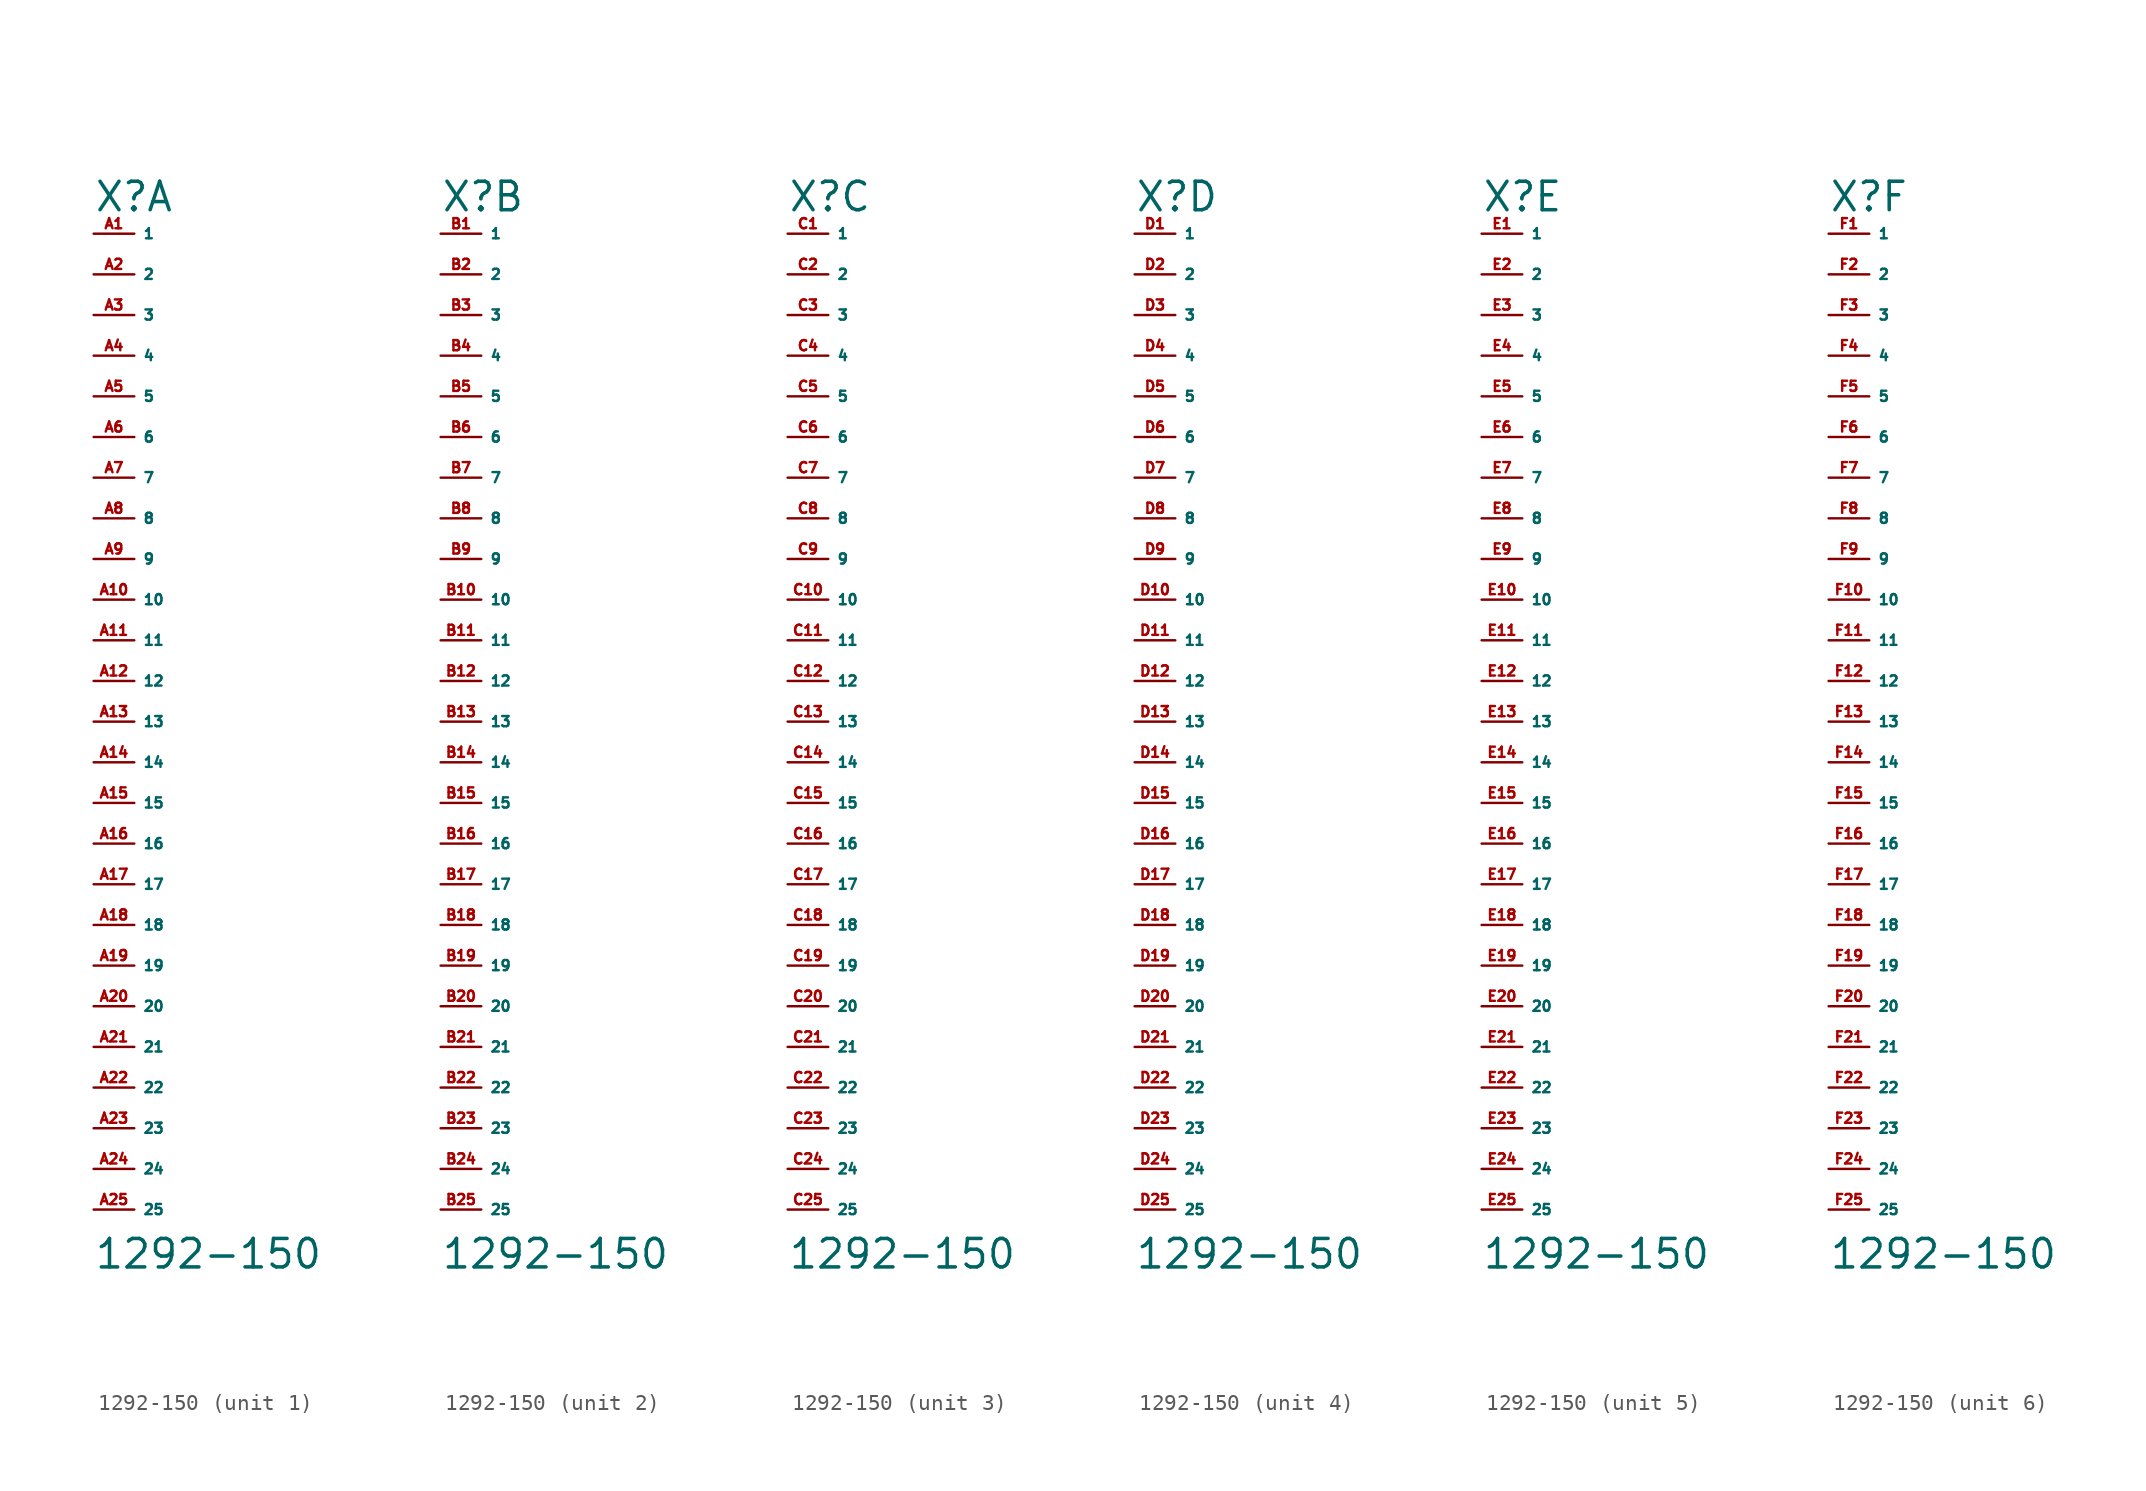
<source format=kicad_sym>
(kicad_symbol_lib
  (version 20220914)
  (generator Eagle2Kicad)
  (symbol "1292-150"
    (property "Reference" "X"
      (at -2.54 29.21 0)
      (effects (font (size 1.778 1.778) (thickness 0.22)) (justify left bottom)))
    (property "Value" "1292-150"
      (at -2.54 -36.83 0)
      (effects (font (size 1.778 1.778) (thickness 0.22)) (justify left bottom)))
    (symbol "1292-150_1_0"
      (pin passive line (at -2.54 27.94 0) (length 2.54) (name "1" (effects (font (size 0.635 0.635) (thickness 0.08)) (justify left bottom))) (number "A1" (effects (font (size 0.635 0.635) (thickness 0.08)) (justify left bottom))))
      (pin passive line (at -2.54 25.4 0) (length 2.54) (name "2" (effects (font (size 0.635 0.635) (thickness 0.08)) (justify left bottom))) (number "A2" (effects (font (size 0.635 0.635) (thickness 0.08)) (justify left bottom))))
      (pin passive line (at -2.54 22.86 0) (length 2.54) (name "3" (effects (font (size 0.635 0.635) (thickness 0.08)) (justify left bottom))) (number "A3" (effects (font (size 0.635 0.635) (thickness 0.08)) (justify left bottom))))
      (pin passive line (at -2.54 20.32 0) (length 2.54) (name "4" (effects (font (size 0.635 0.635) (thickness 0.08)) (justify left bottom))) (number "A4" (effects (font (size 0.635 0.635) (thickness 0.08)) (justify left bottom))))
      (pin passive line (at -2.54 17.78 0) (length 2.54) (name "5" (effects (font (size 0.635 0.635) (thickness 0.08)) (justify left bottom))) (number "A5" (effects (font (size 0.635 0.635) (thickness 0.08)) (justify left bottom))))
      (pin passive line (at -2.54 15.24 0) (length 2.54) (name "6" (effects (font (size 0.635 0.635) (thickness 0.08)) (justify left bottom))) (number "A6" (effects (font (size 0.635 0.635) (thickness 0.08)) (justify left bottom))))
      (pin passive line (at -2.54 12.7 0) (length 2.54) (name "7" (effects (font (size 0.635 0.635) (thickness 0.08)) (justify left bottom))) (number "A7" (effects (font (size 0.635 0.635) (thickness 0.08)) (justify left bottom))))
      (pin passive line (at -2.54 10.16 0) (length 2.54) (name "8" (effects (font (size 0.635 0.635) (thickness 0.08)) (justify left bottom))) (number "A8" (effects (font (size 0.635 0.635) (thickness 0.08)) (justify left bottom))))
      (pin passive line (at -2.54 7.62 0) (length 2.54) (name "9" (effects (font (size 0.635 0.635) (thickness 0.08)) (justify left bottom))) (number "A9" (effects (font (size 0.635 0.635) (thickness 0.08)) (justify left bottom))))
      (pin passive line (at -2.54 5.08 0) (length 2.54) (name "10" (effects (font (size 0.635 0.635) (thickness 0.08)) (justify left bottom))) (number "A10" (effects (font (size 0.635 0.635) (thickness 0.08)) (justify left bottom))))
      (pin passive line (at -2.54 2.54 0) (length 2.54) (name "11" (effects (font (size 0.635 0.635) (thickness 0.08)) (justify left bottom))) (number "A11" (effects (font (size 0.635 0.635) (thickness 0.08)) (justify left bottom))))
      (pin passive line (at -2.54 0 0) (length 2.54) (name "12" (effects (font (size 0.635 0.635) (thickness 0.08)) (justify left bottom))) (number "A12" (effects (font (size 0.635 0.635) (thickness 0.08)) (justify left bottom))))
      (pin passive line (at -2.54 -2.54 0) (length 2.54) (name "13" (effects (font (size 0.635 0.635) (thickness 0.08)) (justify left bottom))) (number "A13" (effects (font (size 0.635 0.635) (thickness 0.08)) (justify left bottom))))
      (pin passive line (at -2.54 -5.08 0) (length 2.54) (name "14" (effects (font (size 0.635 0.635) (thickness 0.08)) (justify left bottom))) (number "A14" (effects (font (size 0.635 0.635) (thickness 0.08)) (justify left bottom))))
      (pin passive line (at -2.54 -7.62 0) (length 2.54) (name "15" (effects (font (size 0.635 0.635) (thickness 0.08)) (justify left bottom))) (number "A15" (effects (font (size 0.635 0.635) (thickness 0.08)) (justify left bottom))))
      (pin passive line (at -2.54 -10.16 0) (length 2.54) (name "16" (effects (font (size 0.635 0.635) (thickness 0.08)) (justify left bottom))) (number "A16" (effects (font (size 0.635 0.635) (thickness 0.08)) (justify left bottom))))
      (pin passive line (at -2.54 -12.7 0) (length 2.54) (name "17" (effects (font (size 0.635 0.635) (thickness 0.08)) (justify left bottom))) (number "A17" (effects (font (size 0.635 0.635) (thickness 0.08)) (justify left bottom))))
      (pin passive line (at -2.54 -15.24 0) (length 2.54) (name "18" (effects (font (size 0.635 0.635) (thickness 0.08)) (justify left bottom))) (number "A18" (effects (font (size 0.635 0.635) (thickness 0.08)) (justify left bottom))))
      (pin passive line (at -2.54 -17.78 0) (length 2.54) (name "19" (effects (font (size 0.635 0.635) (thickness 0.08)) (justify left bottom))) (number "A19" (effects (font (size 0.635 0.635) (thickness 0.08)) (justify left bottom))))
      (pin passive line (at -2.54 -20.32 0) (length 2.54) (name "20" (effects (font (size 0.635 0.635) (thickness 0.08)) (justify left bottom))) (number "A20" (effects (font (size 0.635 0.635) (thickness 0.08)) (justify left bottom))))
      (pin passive line (at -2.54 -22.86 0) (length 2.54) (name "21" (effects (font (size 0.635 0.635) (thickness 0.08)) (justify left bottom))) (number "A21" (effects (font (size 0.635 0.635) (thickness 0.08)) (justify left bottom))))
      (pin passive line (at -2.54 -25.4 0) (length 2.54) (name "22" (effects (font (size 0.635 0.635) (thickness 0.08)) (justify left bottom))) (number "A22" (effects (font (size 0.635 0.635) (thickness 0.08)) (justify left bottom))))
      (pin passive line (at -2.54 -27.94 0) (length 2.54) (name "23" (effects (font (size 0.635 0.635) (thickness 0.08)) (justify left bottom))) (number "A23" (effects (font (size 0.635 0.635) (thickness 0.08)) (justify left bottom))))
      (pin passive line (at -2.54 -30.48 0) (length 2.54) (name "24" (effects (font (size 0.635 0.635) (thickness 0.08)) (justify left bottom))) (number "A24" (effects (font (size 0.635 0.635) (thickness 0.08)) (justify left bottom))))
      (pin passive line (at -2.54 -33.02 0) (length 2.54) (name "25" (effects (font (size 0.635 0.635) (thickness 0.08)) (justify left bottom))) (number "A25" (effects (font (size 0.635 0.635) (thickness 0.08)) (justify left bottom)))))
    (symbol "1292-150_2_0"
      (pin passive line (at -2.54 27.94 0) (length 2.54) (name "1" (effects (font (size 0.635 0.635) (thickness 0.08)) (justify left bottom))) (number "B1" (effects (font (size 0.635 0.635) (thickness 0.08)) (justify left bottom))))
      (pin passive line (at -2.54 25.4 0) (length 2.54) (name "2" (effects (font (size 0.635 0.635) (thickness 0.08)) (justify left bottom))) (number "B2" (effects (font (size 0.635 0.635) (thickness 0.08)) (justify left bottom))))
      (pin passive line (at -2.54 22.86 0) (length 2.54) (name "3" (effects (font (size 0.635 0.635) (thickness 0.08)) (justify left bottom))) (number "B3" (effects (font (size 0.635 0.635) (thickness 0.08)) (justify left bottom))))
      (pin passive line (at -2.54 20.32 0) (length 2.54) (name "4" (effects (font (size 0.635 0.635) (thickness 0.08)) (justify left bottom))) (number "B4" (effects (font (size 0.635 0.635) (thickness 0.08)) (justify left bottom))))
      (pin passive line (at -2.54 17.78 0) (length 2.54) (name "5" (effects (font (size 0.635 0.635) (thickness 0.08)) (justify left bottom))) (number "B5" (effects (font (size 0.635 0.635) (thickness 0.08)) (justify left bottom))))
      (pin passive line (at -2.54 15.24 0) (length 2.54) (name "6" (effects (font (size 0.635 0.635) (thickness 0.08)) (justify left bottom))) (number "B6" (effects (font (size 0.635 0.635) (thickness 0.08)) (justify left bottom))))
      (pin passive line (at -2.54 12.7 0) (length 2.54) (name "7" (effects (font (size 0.635 0.635) (thickness 0.08)) (justify left bottom))) (number "B7" (effects (font (size 0.635 0.635) (thickness 0.08)) (justify left bottom))))
      (pin passive line (at -2.54 10.16 0) (length 2.54) (name "8" (effects (font (size 0.635 0.635) (thickness 0.08)) (justify left bottom))) (number "B8" (effects (font (size 0.635 0.635) (thickness 0.08)) (justify left bottom))))
      (pin passive line (at -2.54 7.62 0) (length 2.54) (name "9" (effects (font (size 0.635 0.635) (thickness 0.08)) (justify left bottom))) (number "B9" (effects (font (size 0.635 0.635) (thickness 0.08)) (justify left bottom))))
      (pin passive line (at -2.54 5.08 0) (length 2.54) (name "10" (effects (font (size 0.635 0.635) (thickness 0.08)) (justify left bottom))) (number "B10" (effects (font (size 0.635 0.635) (thickness 0.08)) (justify left bottom))))
      (pin passive line (at -2.54 2.54 0) (length 2.54) (name "11" (effects (font (size 0.635 0.635) (thickness 0.08)) (justify left bottom))) (number "B11" (effects (font (size 0.635 0.635) (thickness 0.08)) (justify left bottom))))
      (pin passive line (at -2.54 0 0) (length 2.54) (name "12" (effects (font (size 0.635 0.635) (thickness 0.08)) (justify left bottom))) (number "B12" (effects (font (size 0.635 0.635) (thickness 0.08)) (justify left bottom))))
      (pin passive line (at -2.54 -2.54 0) (length 2.54) (name "13" (effects (font (size 0.635 0.635) (thickness 0.08)) (justify left bottom))) (number "B13" (effects (font (size 0.635 0.635) (thickness 0.08)) (justify left bottom))))
      (pin passive line (at -2.54 -5.08 0) (length 2.54) (name "14" (effects (font (size 0.635 0.635) (thickness 0.08)) (justify left bottom))) (number "B14" (effects (font (size 0.635 0.635) (thickness 0.08)) (justify left bottom))))
      (pin passive line (at -2.54 -7.62 0) (length 2.54) (name "15" (effects (font (size 0.635 0.635) (thickness 0.08)) (justify left bottom))) (number "B15" (effects (font (size 0.635 0.635) (thickness 0.08)) (justify left bottom))))
      (pin passive line (at -2.54 -10.16 0) (length 2.54) (name "16" (effects (font (size 0.635 0.635) (thickness 0.08)) (justify left bottom))) (number "B16" (effects (font (size 0.635 0.635) (thickness 0.08)) (justify left bottom))))
      (pin passive line (at -2.54 -12.7 0) (length 2.54) (name "17" (effects (font (size 0.635 0.635) (thickness 0.08)) (justify left bottom))) (number "B17" (effects (font (size 0.635 0.635) (thickness 0.08)) (justify left bottom))))
      (pin passive line (at -2.54 -15.24 0) (length 2.54) (name "18" (effects (font (size 0.635 0.635) (thickness 0.08)) (justify left bottom))) (number "B18" (effects (font (size 0.635 0.635) (thickness 0.08)) (justify left bottom))))
      (pin passive line (at -2.54 -17.78 0) (length 2.54) (name "19" (effects (font (size 0.635 0.635) (thickness 0.08)) (justify left bottom))) (number "B19" (effects (font (size 0.635 0.635) (thickness 0.08)) (justify left bottom))))
      (pin passive line (at -2.54 -20.32 0) (length 2.54) (name "20" (effects (font (size 0.635 0.635) (thickness 0.08)) (justify left bottom))) (number "B20" (effects (font (size 0.635 0.635) (thickness 0.08)) (justify left bottom))))
      (pin passive line (at -2.54 -22.86 0) (length 2.54) (name "21" (effects (font (size 0.635 0.635) (thickness 0.08)) (justify left bottom))) (number "B21" (effects (font (size 0.635 0.635) (thickness 0.08)) (justify left bottom))))
      (pin passive line (at -2.54 -25.4 0) (length 2.54) (name "22" (effects (font (size 0.635 0.635) (thickness 0.08)) (justify left bottom))) (number "B22" (effects (font (size 0.635 0.635) (thickness 0.08)) (justify left bottom))))
      (pin passive line (at -2.54 -27.94 0) (length 2.54) (name "23" (effects (font (size 0.635 0.635) (thickness 0.08)) (justify left bottom))) (number "B23" (effects (font (size 0.635 0.635) (thickness 0.08)) (justify left bottom))))
      (pin passive line (at -2.54 -30.48 0) (length 2.54) (name "24" (effects (font (size 0.635 0.635) (thickness 0.08)) (justify left bottom))) (number "B24" (effects (font (size 0.635 0.635) (thickness 0.08)) (justify left bottom))))
      (pin passive line (at -2.54 -33.02 0) (length 2.54) (name "25" (effects (font (size 0.635 0.635) (thickness 0.08)) (justify left bottom))) (number "B25" (effects (font (size 0.635 0.635) (thickness 0.08)) (justify left bottom)))))
    (symbol "1292-150_3_0"
      (pin passive line (at -2.54 27.94 0) (length 2.54) (name "1" (effects (font (size 0.635 0.635) (thickness 0.08)) (justify left bottom))) (number "C1" (effects (font (size 0.635 0.635) (thickness 0.08)) (justify left bottom))))
      (pin passive line (at -2.54 25.4 0) (length 2.54) (name "2" (effects (font (size 0.635 0.635) (thickness 0.08)) (justify left bottom))) (number "C2" (effects (font (size 0.635 0.635) (thickness 0.08)) (justify left bottom))))
      (pin passive line (at -2.54 22.86 0) (length 2.54) (name "3" (effects (font (size 0.635 0.635) (thickness 0.08)) (justify left bottom))) (number "C3" (effects (font (size 0.635 0.635) (thickness 0.08)) (justify left bottom))))
      (pin passive line (at -2.54 20.32 0) (length 2.54) (name "4" (effects (font (size 0.635 0.635) (thickness 0.08)) (justify left bottom))) (number "C4" (effects (font (size 0.635 0.635) (thickness 0.08)) (justify left bottom))))
      (pin passive line (at -2.54 17.78 0) (length 2.54) (name "5" (effects (font (size 0.635 0.635) (thickness 0.08)) (justify left bottom))) (number "C5" (effects (font (size 0.635 0.635) (thickness 0.08)) (justify left bottom))))
      (pin passive line (at -2.54 15.24 0) (length 2.54) (name "6" (effects (font (size 0.635 0.635) (thickness 0.08)) (justify left bottom))) (number "C6" (effects (font (size 0.635 0.635) (thickness 0.08)) (justify left bottom))))
      (pin passive line (at -2.54 12.7 0) (length 2.54) (name "7" (effects (font (size 0.635 0.635) (thickness 0.08)) (justify left bottom))) (number "C7" (effects (font (size 0.635 0.635) (thickness 0.08)) (justify left bottom))))
      (pin passive line (at -2.54 10.16 0) (length 2.54) (name "8" (effects (font (size 0.635 0.635) (thickness 0.08)) (justify left bottom))) (number "C8" (effects (font (size 0.635 0.635) (thickness 0.08)) (justify left bottom))))
      (pin passive line (at -2.54 7.62 0) (length 2.54) (name "9" (effects (font (size 0.635 0.635) (thickness 0.08)) (justify left bottom))) (number "C9" (effects (font (size 0.635 0.635) (thickness 0.08)) (justify left bottom))))
      (pin passive line (at -2.54 5.08 0) (length 2.54) (name "10" (effects (font (size 0.635 0.635) (thickness 0.08)) (justify left bottom))) (number "C10" (effects (font (size 0.635 0.635) (thickness 0.08)) (justify left bottom))))
      (pin passive line (at -2.54 2.54 0) (length 2.54) (name "11" (effects (font (size 0.635 0.635) (thickness 0.08)) (justify left bottom))) (number "C11" (effects (font (size 0.635 0.635) (thickness 0.08)) (justify left bottom))))
      (pin passive line (at -2.54 0 0) (length 2.54) (name "12" (effects (font (size 0.635 0.635) (thickness 0.08)) (justify left bottom))) (number "C12" (effects (font (size 0.635 0.635) (thickness 0.08)) (justify left bottom))))
      (pin passive line (at -2.54 -2.54 0) (length 2.54) (name "13" (effects (font (size 0.635 0.635) (thickness 0.08)) (justify left bottom))) (number "C13" (effects (font (size 0.635 0.635) (thickness 0.08)) (justify left bottom))))
      (pin passive line (at -2.54 -5.08 0) (length 2.54) (name "14" (effects (font (size 0.635 0.635) (thickness 0.08)) (justify left bottom))) (number "C14" (effects (font (size 0.635 0.635) (thickness 0.08)) (justify left bottom))))
      (pin passive line (at -2.54 -7.62 0) (length 2.54) (name "15" (effects (font (size 0.635 0.635) (thickness 0.08)) (justify left bottom))) (number "C15" (effects (font (size 0.635 0.635) (thickness 0.08)) (justify left bottom))))
      (pin passive line (at -2.54 -10.16 0) (length 2.54) (name "16" (effects (font (size 0.635 0.635) (thickness 0.08)) (justify left bottom))) (number "C16" (effects (font (size 0.635 0.635) (thickness 0.08)) (justify left bottom))))
      (pin passive line (at -2.54 -12.7 0) (length 2.54) (name "17" (effects (font (size 0.635 0.635) (thickness 0.08)) (justify left bottom))) (number "C17" (effects (font (size 0.635 0.635) (thickness 0.08)) (justify left bottom))))
      (pin passive line (at -2.54 -15.24 0) (length 2.54) (name "18" (effects (font (size 0.635 0.635) (thickness 0.08)) (justify left bottom))) (number "C18" (effects (font (size 0.635 0.635) (thickness 0.08)) (justify left bottom))))
      (pin passive line (at -2.54 -17.78 0) (length 2.54) (name "19" (effects (font (size 0.635 0.635) (thickness 0.08)) (justify left bottom))) (number "C19" (effects (font (size 0.635 0.635) (thickness 0.08)) (justify left bottom))))
      (pin passive line (at -2.54 -20.32 0) (length 2.54) (name "20" (effects (font (size 0.635 0.635) (thickness 0.08)) (justify left bottom))) (number "C20" (effects (font (size 0.635 0.635) (thickness 0.08)) (justify left bottom))))
      (pin passive line (at -2.54 -22.86 0) (length 2.54) (name "21" (effects (font (size 0.635 0.635) (thickness 0.08)) (justify left bottom))) (number "C21" (effects (font (size 0.635 0.635) (thickness 0.08)) (justify left bottom))))
      (pin passive line (at -2.54 -25.4 0) (length 2.54) (name "22" (effects (font (size 0.635 0.635) (thickness 0.08)) (justify left bottom))) (number "C22" (effects (font (size 0.635 0.635) (thickness 0.08)) (justify left bottom))))
      (pin passive line (at -2.54 -27.94 0) (length 2.54) (name "23" (effects (font (size 0.635 0.635) (thickness 0.08)) (justify left bottom))) (number "C23" (effects (font (size 0.635 0.635) (thickness 0.08)) (justify left bottom))))
      (pin passive line (at -2.54 -30.48 0) (length 2.54) (name "24" (effects (font (size 0.635 0.635) (thickness 0.08)) (justify left bottom))) (number "C24" (effects (font (size 0.635 0.635) (thickness 0.08)) (justify left bottom))))
      (pin passive line (at -2.54 -33.02 0) (length 2.54) (name "25" (effects (font (size 0.635 0.635) (thickness 0.08)) (justify left bottom))) (number "C25" (effects (font (size 0.635 0.635) (thickness 0.08)) (justify left bottom)))))
    (symbol "1292-150_4_0"
      (pin passive line (at -2.54 27.94 0) (length 2.54) (name "1" (effects (font (size 0.635 0.635) (thickness 0.08)) (justify left bottom))) (number "D1" (effects (font (size 0.635 0.635) (thickness 0.08)) (justify left bottom))))
      (pin passive line (at -2.54 25.4 0) (length 2.54) (name "2" (effects (font (size 0.635 0.635) (thickness 0.08)) (justify left bottom))) (number "D2" (effects (font (size 0.635 0.635) (thickness 0.08)) (justify left bottom))))
      (pin passive line (at -2.54 22.86 0) (length 2.54) (name "3" (effects (font (size 0.635 0.635) (thickness 0.08)) (justify left bottom))) (number "D3" (effects (font (size 0.635 0.635) (thickness 0.08)) (justify left bottom))))
      (pin passive line (at -2.54 20.32 0) (length 2.54) (name "4" (effects (font (size 0.635 0.635) (thickness 0.08)) (justify left bottom))) (number "D4" (effects (font (size 0.635 0.635) (thickness 0.08)) (justify left bottom))))
      (pin passive line (at -2.54 17.78 0) (length 2.54) (name "5" (effects (font (size 0.635 0.635) (thickness 0.08)) (justify left bottom))) (number "D5" (effects (font (size 0.635 0.635) (thickness 0.08)) (justify left bottom))))
      (pin passive line (at -2.54 15.24 0) (length 2.54) (name "6" (effects (font (size 0.635 0.635) (thickness 0.08)) (justify left bottom))) (number "D6" (effects (font (size 0.635 0.635) (thickness 0.08)) (justify left bottom))))
      (pin passive line (at -2.54 12.7 0) (length 2.54) (name "7" (effects (font (size 0.635 0.635) (thickness 0.08)) (justify left bottom))) (number "D7" (effects (font (size 0.635 0.635) (thickness 0.08)) (justify left bottom))))
      (pin passive line (at -2.54 10.16 0) (length 2.54) (name "8" (effects (font (size 0.635 0.635) (thickness 0.08)) (justify left bottom))) (number "D8" (effects (font (size 0.635 0.635) (thickness 0.08)) (justify left bottom))))
      (pin passive line (at -2.54 7.62 0) (length 2.54) (name "9" (effects (font (size 0.635 0.635) (thickness 0.08)) (justify left bottom))) (number "D9" (effects (font (size 0.635 0.635) (thickness 0.08)) (justify left bottom))))
      (pin passive line (at -2.54 5.08 0) (length 2.54) (name "10" (effects (font (size 0.635 0.635) (thickness 0.08)) (justify left bottom))) (number "D10" (effects (font (size 0.635 0.635) (thickness 0.08)) (justify left bottom))))
      (pin passive line (at -2.54 2.54 0) (length 2.54) (name "11" (effects (font (size 0.635 0.635) (thickness 0.08)) (justify left bottom))) (number "D11" (effects (font (size 0.635 0.635) (thickness 0.08)) (justify left bottom))))
      (pin passive line (at -2.54 0 0) (length 2.54) (name "12" (effects (font (size 0.635 0.635) (thickness 0.08)) (justify left bottom))) (number "D12" (effects (font (size 0.635 0.635) (thickness 0.08)) (justify left bottom))))
      (pin passive line (at -2.54 -2.54 0) (length 2.54) (name "13" (effects (font (size 0.635 0.635) (thickness 0.08)) (justify left bottom))) (number "D13" (effects (font (size 0.635 0.635) (thickness 0.08)) (justify left bottom))))
      (pin passive line (at -2.54 -5.08 0) (length 2.54) (name "14" (effects (font (size 0.635 0.635) (thickness 0.08)) (justify left bottom))) (number "D14" (effects (font (size 0.635 0.635) (thickness 0.08)) (justify left bottom))))
      (pin passive line (at -2.54 -7.62 0) (length 2.54) (name "15" (effects (font (size 0.635 0.635) (thickness 0.08)) (justify left bottom))) (number "D15" (effects (font (size 0.635 0.635) (thickness 0.08)) (justify left bottom))))
      (pin passive line (at -2.54 -10.16 0) (length 2.54) (name "16" (effects (font (size 0.635 0.635) (thickness 0.08)) (justify left bottom))) (number "D16" (effects (font (size 0.635 0.635) (thickness 0.08)) (justify left bottom))))
      (pin passive line (at -2.54 -12.7 0) (length 2.54) (name "17" (effects (font (size 0.635 0.635) (thickness 0.08)) (justify left bottom))) (number "D17" (effects (font (size 0.635 0.635) (thickness 0.08)) (justify left bottom))))
      (pin passive line (at -2.54 -15.24 0) (length 2.54) (name "18" (effects (font (size 0.635 0.635) (thickness 0.08)) (justify left bottom))) (number "D18" (effects (font (size 0.635 0.635) (thickness 0.08)) (justify left bottom))))
      (pin passive line (at -2.54 -17.78 0) (length 2.54) (name "19" (effects (font (size 0.635 0.635) (thickness 0.08)) (justify left bottom))) (number "D19" (effects (font (size 0.635 0.635) (thickness 0.08)) (justify left bottom))))
      (pin passive line (at -2.54 -20.32 0) (length 2.54) (name "20" (effects (font (size 0.635 0.635) (thickness 0.08)) (justify left bottom))) (number "D20" (effects (font (size 0.635 0.635) (thickness 0.08)) (justify left bottom))))
      (pin passive line (at -2.54 -22.86 0) (length 2.54) (name "21" (effects (font (size 0.635 0.635) (thickness 0.08)) (justify left bottom))) (number "D21" (effects (font (size 0.635 0.635) (thickness 0.08)) (justify left bottom))))
      (pin passive line (at -2.54 -25.4 0) (length 2.54) (name "22" (effects (font (size 0.635 0.635) (thickness 0.08)) (justify left bottom))) (number "D22" (effects (font (size 0.635 0.635) (thickness 0.08)) (justify left bottom))))
      (pin passive line (at -2.54 -27.94 0) (length 2.54) (name "23" (effects (font (size 0.635 0.635) (thickness 0.08)) (justify left bottom))) (number "D23" (effects (font (size 0.635 0.635) (thickness 0.08)) (justify left bottom))))
      (pin passive line (at -2.54 -30.48 0) (length 2.54) (name "24" (effects (font (size 0.635 0.635) (thickness 0.08)) (justify left bottom))) (number "D24" (effects (font (size 0.635 0.635) (thickness 0.08)) (justify left bottom))))
      (pin passive line (at -2.54 -33.02 0) (length 2.54) (name "25" (effects (font (size 0.635 0.635) (thickness 0.08)) (justify left bottom))) (number "D25" (effects (font (size 0.635 0.635) (thickness 0.08)) (justify left bottom)))))
    (symbol "1292-150_5_0"
      (pin passive line (at -2.54 27.94 0) (length 2.54) (name "1" (effects (font (size 0.635 0.635) (thickness 0.08)) (justify left bottom))) (number "E1" (effects (font (size 0.635 0.635) (thickness 0.08)) (justify left bottom))))
      (pin passive line (at -2.54 25.4 0) (length 2.54) (name "2" (effects (font (size 0.635 0.635) (thickness 0.08)) (justify left bottom))) (number "E2" (effects (font (size 0.635 0.635) (thickness 0.08)) (justify left bottom))))
      (pin passive line (at -2.54 22.86 0) (length 2.54) (name "3" (effects (font (size 0.635 0.635) (thickness 0.08)) (justify left bottom))) (number "E3" (effects (font (size 0.635 0.635) (thickness 0.08)) (justify left bottom))))
      (pin passive line (at -2.54 20.32 0) (length 2.54) (name "4" (effects (font (size 0.635 0.635) (thickness 0.08)) (justify left bottom))) (number "E4" (effects (font (size 0.635 0.635) (thickness 0.08)) (justify left bottom))))
      (pin passive line (at -2.54 17.78 0) (length 2.54) (name "5" (effects (font (size 0.635 0.635) (thickness 0.08)) (justify left bottom))) (number "E5" (effects (font (size 0.635 0.635) (thickness 0.08)) (justify left bottom))))
      (pin passive line (at -2.54 15.24 0) (length 2.54) (name "6" (effects (font (size 0.635 0.635) (thickness 0.08)) (justify left bottom))) (number "E6" (effects (font (size 0.635 0.635) (thickness 0.08)) (justify left bottom))))
      (pin passive line (at -2.54 12.7 0) (length 2.54) (name "7" (effects (font (size 0.635 0.635) (thickness 0.08)) (justify left bottom))) (number "E7" (effects (font (size 0.635 0.635) (thickness 0.08)) (justify left bottom))))
      (pin passive line (at -2.54 10.16 0) (length 2.54) (name "8" (effects (font (size 0.635 0.635) (thickness 0.08)) (justify left bottom))) (number "E8" (effects (font (size 0.635 0.635) (thickness 0.08)) (justify left bottom))))
      (pin passive line (at -2.54 7.62 0) (length 2.54) (name "9" (effects (font (size 0.635 0.635) (thickness 0.08)) (justify left bottom))) (number "E9" (effects (font (size 0.635 0.635) (thickness 0.08)) (justify left bottom))))
      (pin passive line (at -2.54 5.08 0) (length 2.54) (name "10" (effects (font (size 0.635 0.635) (thickness 0.08)) (justify left bottom))) (number "E10" (effects (font (size 0.635 0.635) (thickness 0.08)) (justify left bottom))))
      (pin passive line (at -2.54 2.54 0) (length 2.54) (name "11" (effects (font (size 0.635 0.635) (thickness 0.08)) (justify left bottom))) (number "E11" (effects (font (size 0.635 0.635) (thickness 0.08)) (justify left bottom))))
      (pin passive line (at -2.54 0 0) (length 2.54) (name "12" (effects (font (size 0.635 0.635) (thickness 0.08)) (justify left bottom))) (number "E12" (effects (font (size 0.635 0.635) (thickness 0.08)) (justify left bottom))))
      (pin passive line (at -2.54 -2.54 0) (length 2.54) (name "13" (effects (font (size 0.635 0.635) (thickness 0.08)) (justify left bottom))) (number "E13" (effects (font (size 0.635 0.635) (thickness 0.08)) (justify left bottom))))
      (pin passive line (at -2.54 -5.08 0) (length 2.54) (name "14" (effects (font (size 0.635 0.635) (thickness 0.08)) (justify left bottom))) (number "E14" (effects (font (size 0.635 0.635) (thickness 0.08)) (justify left bottom))))
      (pin passive line (at -2.54 -7.62 0) (length 2.54) (name "15" (effects (font (size 0.635 0.635) (thickness 0.08)) (justify left bottom))) (number "E15" (effects (font (size 0.635 0.635) (thickness 0.08)) (justify left bottom))))
      (pin passive line (at -2.54 -10.16 0) (length 2.54) (name "16" (effects (font (size 0.635 0.635) (thickness 0.08)) (justify left bottom))) (number "E16" (effects (font (size 0.635 0.635) (thickness 0.08)) (justify left bottom))))
      (pin passive line (at -2.54 -12.7 0) (length 2.54) (name "17" (effects (font (size 0.635 0.635) (thickness 0.08)) (justify left bottom))) (number "E17" (effects (font (size 0.635 0.635) (thickness 0.08)) (justify left bottom))))
      (pin passive line (at -2.54 -15.24 0) (length 2.54) (name "18" (effects (font (size 0.635 0.635) (thickness 0.08)) (justify left bottom))) (number "E18" (effects (font (size 0.635 0.635) (thickness 0.08)) (justify left bottom))))
      (pin passive line (at -2.54 -17.78 0) (length 2.54) (name "19" (effects (font (size 0.635 0.635) (thickness 0.08)) (justify left bottom))) (number "E19" (effects (font (size 0.635 0.635) (thickness 0.08)) (justify left bottom))))
      (pin passive line (at -2.54 -20.32 0) (length 2.54) (name "20" (effects (font (size 0.635 0.635) (thickness 0.08)) (justify left bottom))) (number "E20" (effects (font (size 0.635 0.635) (thickness 0.08)) (justify left bottom))))
      (pin passive line (at -2.54 -22.86 0) (length 2.54) (name "21" (effects (font (size 0.635 0.635) (thickness 0.08)) (justify left bottom))) (number "E21" (effects (font (size 0.635 0.635) (thickness 0.08)) (justify left bottom))))
      (pin passive line (at -2.54 -25.4 0) (length 2.54) (name "22" (effects (font (size 0.635 0.635) (thickness 0.08)) (justify left bottom))) (number "E22" (effects (font (size 0.635 0.635) (thickness 0.08)) (justify left bottom))))
      (pin passive line (at -2.54 -27.94 0) (length 2.54) (name "23" (effects (font (size 0.635 0.635) (thickness 0.08)) (justify left bottom))) (number "E23" (effects (font (size 0.635 0.635) (thickness 0.08)) (justify left bottom))))
      (pin passive line (at -2.54 -30.48 0) (length 2.54) (name "24" (effects (font (size 0.635 0.635) (thickness 0.08)) (justify left bottom))) (number "E24" (effects (font (size 0.635 0.635) (thickness 0.08)) (justify left bottom))))
      (pin passive line (at -2.54 -33.02 0) (length 2.54) (name "25" (effects (font (size 0.635 0.635) (thickness 0.08)) (justify left bottom))) (number "E25" (effects (font (size 0.635 0.635) (thickness 0.08)) (justify left bottom)))))
    (symbol "1292-150_6_0"
      (pin passive line (at -2.54 27.94 0) (length 2.54) (name "1" (effects (font (size 0.635 0.635) (thickness 0.08)) (justify left bottom))) (number "F1" (effects (font (size 0.635 0.635) (thickness 0.08)) (justify left bottom))))
      (pin passive line (at -2.54 25.4 0) (length 2.54) (name "2" (effects (font (size 0.635 0.635) (thickness 0.08)) (justify left bottom))) (number "F2" (effects (font (size 0.635 0.635) (thickness 0.08)) (justify left bottom))))
      (pin passive line (at -2.54 22.86 0) (length 2.54) (name "3" (effects (font (size 0.635 0.635) (thickness 0.08)) (justify left bottom))) (number "F3" (effects (font (size 0.635 0.635) (thickness 0.08)) (justify left bottom))))
      (pin passive line (at -2.54 20.32 0) (length 2.54) (name "4" (effects (font (size 0.635 0.635) (thickness 0.08)) (justify left bottom))) (number "F4" (effects (font (size 0.635 0.635) (thickness 0.08)) (justify left bottom))))
      (pin passive line (at -2.54 17.78 0) (length 2.54) (name "5" (effects (font (size 0.635 0.635) (thickness 0.08)) (justify left bottom))) (number "F5" (effects (font (size 0.635 0.635) (thickness 0.08)) (justify left bottom))))
      (pin passive line (at -2.54 15.24 0) (length 2.54) (name "6" (effects (font (size 0.635 0.635) (thickness 0.08)) (justify left bottom))) (number "F6" (effects (font (size 0.635 0.635) (thickness 0.08)) (justify left bottom))))
      (pin passive line (at -2.54 12.7 0) (length 2.54) (name "7" (effects (font (size 0.635 0.635) (thickness 0.08)) (justify left bottom))) (number "F7" (effects (font (size 0.635 0.635) (thickness 0.08)) (justify left bottom))))
      (pin passive line (at -2.54 10.16 0) (length 2.54) (name "8" (effects (font (size 0.635 0.635) (thickness 0.08)) (justify left bottom))) (number "F8" (effects (font (size 0.635 0.635) (thickness 0.08)) (justify left bottom))))
      (pin passive line (at -2.54 7.62 0) (length 2.54) (name "9" (effects (font (size 0.635 0.635) (thickness 0.08)) (justify left bottom))) (number "F9" (effects (font (size 0.635 0.635) (thickness 0.08)) (justify left bottom))))
      (pin passive line (at -2.54 5.08 0) (length 2.54) (name "10" (effects (font (size 0.635 0.635) (thickness 0.08)) (justify left bottom))) (number "F10" (effects (font (size 0.635 0.635) (thickness 0.08)) (justify left bottom))))
      (pin passive line (at -2.54 2.54 0) (length 2.54) (name "11" (effects (font (size 0.635 0.635) (thickness 0.08)) (justify left bottom))) (number "F11" (effects (font (size 0.635 0.635) (thickness 0.08)) (justify left bottom))))
      (pin passive line (at -2.54 0 0) (length 2.54) (name "12" (effects (font (size 0.635 0.635) (thickness 0.08)) (justify left bottom))) (number "F12" (effects (font (size 0.635 0.635) (thickness 0.08)) (justify left bottom))))
      (pin passive line (at -2.54 -2.54 0) (length 2.54) (name "13" (effects (font (size 0.635 0.635) (thickness 0.08)) (justify left bottom))) (number "F13" (effects (font (size 0.635 0.635) (thickness 0.08)) (justify left bottom))))
      (pin passive line (at -2.54 -5.08 0) (length 2.54) (name "14" (effects (font (size 0.635 0.635) (thickness 0.08)) (justify left bottom))) (number "F14" (effects (font (size 0.635 0.635) (thickness 0.08)) (justify left bottom))))
      (pin passive line (at -2.54 -7.62 0) (length 2.54) (name "15" (effects (font (size 0.635 0.635) (thickness 0.08)) (justify left bottom))) (number "F15" (effects (font (size 0.635 0.635) (thickness 0.08)) (justify left bottom))))
      (pin passive line (at -2.54 -10.16 0) (length 2.54) (name "16" (effects (font (size 0.635 0.635) (thickness 0.08)) (justify left bottom))) (number "F16" (effects (font (size 0.635 0.635) (thickness 0.08)) (justify left bottom))))
      (pin passive line (at -2.54 -12.7 0) (length 2.54) (name "17" (effects (font (size 0.635 0.635) (thickness 0.08)) (justify left bottom))) (number "F17" (effects (font (size 0.635 0.635) (thickness 0.08)) (justify left bottom))))
      (pin passive line (at -2.54 -15.24 0) (length 2.54) (name "18" (effects (font (size 0.635 0.635) (thickness 0.08)) (justify left bottom))) (number "F18" (effects (font (size 0.635 0.635) (thickness 0.08)) (justify left bottom))))
      (pin passive line (at -2.54 -17.78 0) (length 2.54) (name "19" (effects (font (size 0.635 0.635) (thickness 0.08)) (justify left bottom))) (number "F19" (effects (font (size 0.635 0.635) (thickness 0.08)) (justify left bottom))))
      (pin passive line (at -2.54 -20.32 0) (length 2.54) (name "20" (effects (font (size 0.635 0.635) (thickness 0.08)) (justify left bottom))) (number "F20" (effects (font (size 0.635 0.635) (thickness 0.08)) (justify left bottom))))
      (pin passive line (at -2.54 -22.86 0) (length 2.54) (name "21" (effects (font (size 0.635 0.635) (thickness 0.08)) (justify left bottom))) (number "F21" (effects (font (size 0.635 0.635) (thickness 0.08)) (justify left bottom))))
      (pin passive line (at -2.54 -25.4 0) (length 2.54) (name "22" (effects (font (size 0.635 0.635) (thickness 0.08)) (justify left bottom))) (number "F22" (effects (font (size 0.635 0.635) (thickness 0.08)) (justify left bottom))))
      (pin passive line (at -2.54 -27.94 0) (length 2.54) (name "23" (effects (font (size 0.635 0.635) (thickness 0.08)) (justify left bottom))) (number "F23" (effects (font (size 0.635 0.635) (thickness 0.08)) (justify left bottom))))
      (pin passive line (at -2.54 -30.48 0) (length 2.54) (name "24" (effects (font (size 0.635 0.635) (thickness 0.08)) (justify left bottom))) (number "F24" (effects (font (size 0.635 0.635) (thickness 0.08)) (justify left bottom))))
      (pin passive line (at -2.54 -33.02 0) (length 2.54) (name "25" (effects (font (size 0.635 0.635) (thickness 0.08)) (justify left bottom))) (number "F25" (effects (font (size 0.635 0.635) (thickness 0.08)) (justify left bottom)))))))
</source>
